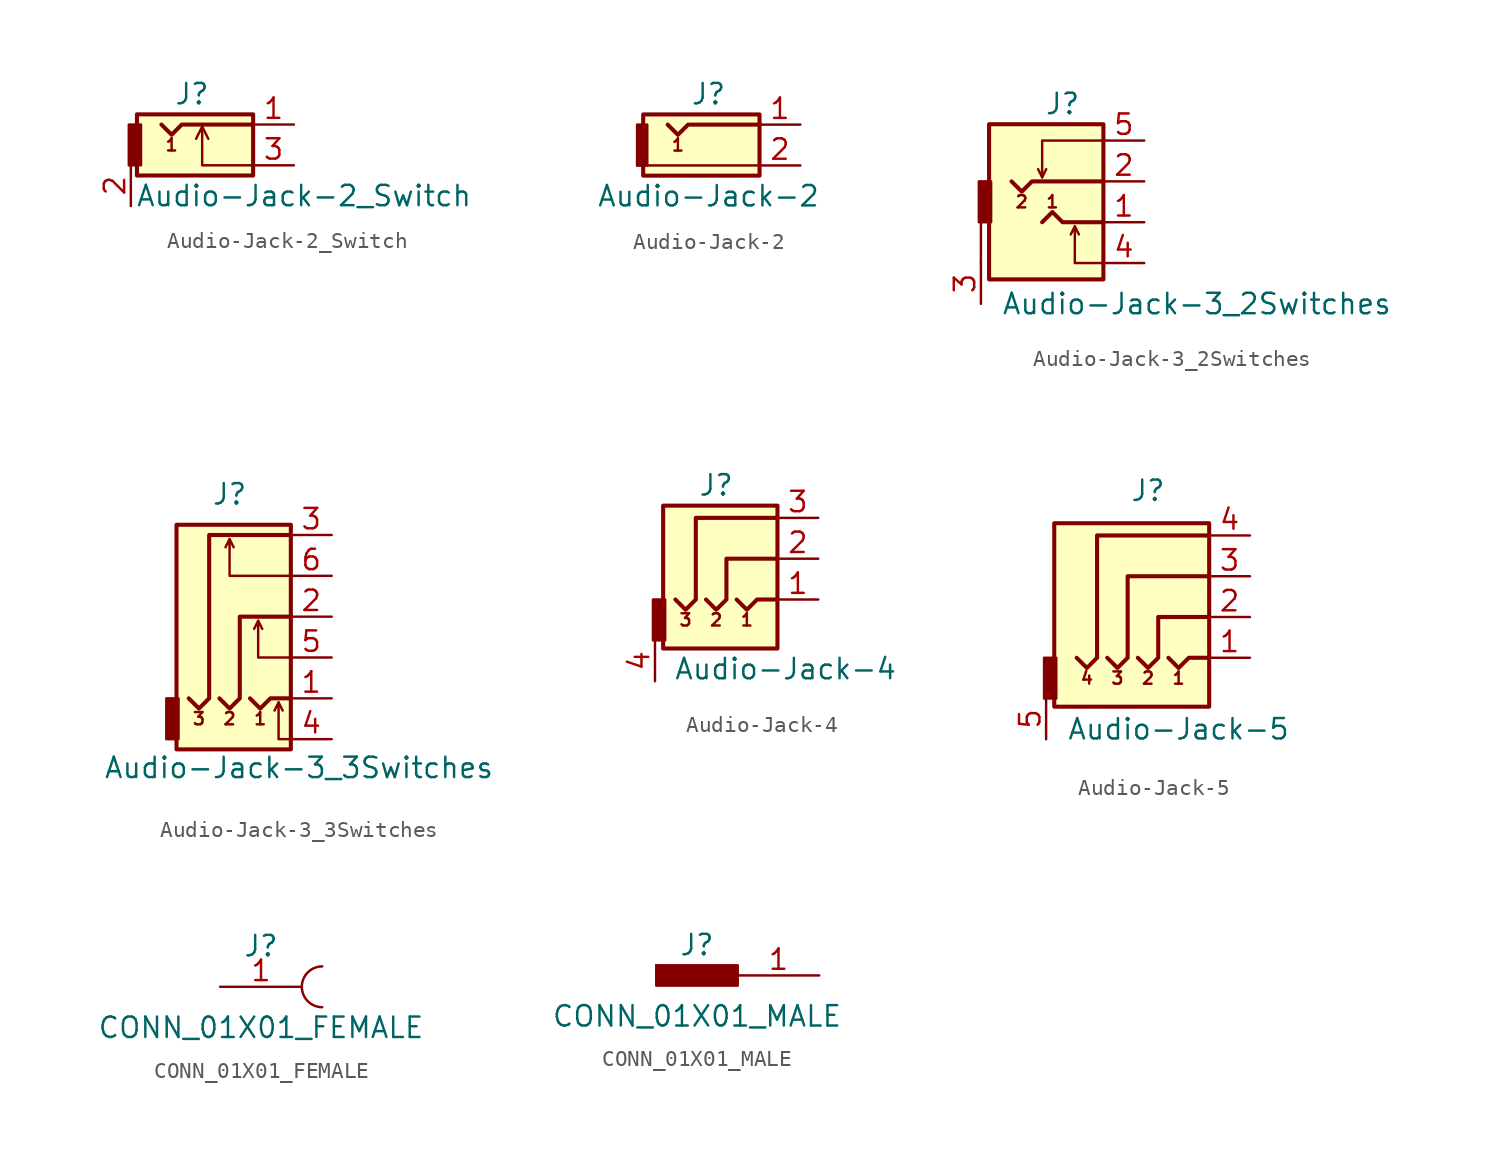
<source format=kicad_sym>
(kicad_symbol_lib
  (version 20211014)
  (generator kicad_symbol_editor)
  (symbol "Audio-Jack-2_Switch"
    (pin_names
      (offset 1.016))
    (property "Reference" "J"
      (at -1.27 4.445 0)
      (effects (font (size 1.27 1.27))))
    (property "Value" "Audio-Jack-2_Switch"
      (at 5.715 -1.905 0)
      (effects (font (size 1.27 1.27))))
    (symbol "Audio-Jack-2_Switch_0_0"
      (text "1" (at -2.54 1.27 0) (effects (font (size 0.762 0.762)))))
    (symbol "Audio-Jack-2_Switch_0_1"
      (rectangle (start -4.699 3.175) (end 2.54 -0.635) (stroke (width 0.254) (type default) (color 0 0 0 0)) (fill (type background)))
      (rectangle (start -4.445 0) (end -5.207 2.54) (stroke (width 0) (type default) (color 0 0 0 0)) (fill (type outline)))
      (polyline (pts (xy -0.635 2.413) (xy -0.254 1.651)) (stroke (width 0) (type default) (color 0 0 0 0)) (fill (type none)))
      (polyline (pts (xy 2.54 0) (xy -0.635 0) (xy -0.635 2.413) (xy -1.016 1.651)) (stroke (width 0) (type default) (color 0 0 0 0)) (fill (type none)))
      (polyline (pts (xy 2.54 2.54) (xy -1.905 2.54) (xy -2.54 1.905) (xy -3.175 2.54)) (stroke (width 0.254) (type default) (color 0 0 0 0)) (fill (type none))))
    (symbol "Audio-Jack-2_Switch_1_1"
      (pin passive line (at 5.08 2.54 180) (length 2.54) (name "~" (effects (font (size 1.27 1.27)))) (number "1" (effects (font (size 1.27 1.27)))))
      (pin passive line (at -5.08 -2.54 90) (length 2.54) (name "~" (effects (font (size 1.27 1.27)))) (number "2" (effects (font (size 1.27 1.27)))))
      (pin passive line (at 5.08 0 180) (length 2.54) (name "~" (effects (font (size 1.27 1.27)))) (number "3" (effects (font (size 1.27 1.27)))))))
  (symbol "Audio-Jack-2"
    (pin_names
      (offset 1.016))
    (property "Reference" "J"
      (at -0.635 1.905 0)
      (effects (font (size 1.27 1.27))))
    (property "Value" "Audio-Jack-2"
      (at -0.635 -4.445 0)
      (effects (font (size 1.27 1.27))))
    (symbol "Audio-Jack-2_0_0"
      (text "1" (at -2.54 -1.27 0) (effects (font (size 0.762 0.762)))))
    (symbol "Audio-Jack-2_0_1"
      (rectangle (start -4.699 0.635) (end 2.54 -3.175) (stroke (width 0.254) (type default) (color 0 0 0 0)) (fill (type background)))
      (rectangle (start -4.445 -2.54) (end -5.08 0) (stroke (width 0) (type default) (color 0 0 0 0)) (fill (type outline)))
      (polyline (pts (xy 2.54 -2.54) (xy -5.08 -2.54)) (stroke (width 0) (type default) (color 0 0 0 0)) (fill (type none)))
      (polyline (pts (xy 2.54 0) (xy -1.905 0) (xy -2.54 -0.635) (xy -3.175 0)) (stroke (width 0.254) (type default) (color 0 0 0 0)) (fill (type none))))
    (symbol "Audio-Jack-2_1_1"
      (pin passive line (at 5.08 0 180) (length 2.54) (name "~" (effects (font (size 1.27 1.27)))) (number "1" (effects (font (size 1.27 1.27)))))
      (pin passive line (at 5.08 -2.54 180) (length 2.54) (name "~" (effects (font (size 1.27 1.27)))) (number "2" (effects (font (size 1.27 1.27)))))))
  (symbol "Audio-Jack-3_2Switches"
    (pin_names
      (offset 1.016))
    (property "Reference" "J"
      (at 0 7.366 0)
      (effects (font (size 1.27 1.27))))
    (property "Value" "Audio-Jack-3_2Switches"
      (at -3.81 -5.08 0)
      (effects (font (size 1.27 1.27)) (justify left)))
    (symbol "Audio-Jack-3_2Switches_0_0"
      (rectangle (start -4.572 6.096) (end 2.54 -3.556) (stroke (width 0.254) (type default) (color 0 0 0 0)) (fill (type background)))
      (polyline (pts (xy -5.08 -2.54) (xy -5.08 0)) (stroke (width 0) (type default) (color 0 0 0 0)) (fill (type none)))
      (polyline (pts (xy -1.27 2.794) (xy -1.016 3.302)) (stroke (width 0) (type default) (color 0 0 0 0)) (fill (type none)))
      (polyline (pts (xy 1.016 -0.762) (xy 0.762 -0.254)) (stroke (width 0) (type default) (color 0 0 0 0)) (fill (type none)))
      (polyline (pts (xy 2.54 -2.54) (xy 0.762 -2.54) (xy 0.762 -0.254) (xy 0.508 -0.762)) (stroke (width 0) (type default) (color 0 0 0 0)) (fill (type none)))
      (polyline (pts (xy 2.54 5.08) (xy -1.27 5.08) (xy -1.27 2.794) (xy -1.524 3.302)) (stroke (width 0) (type default) (color 0 0 0 0)) (fill (type none)))
      (text "1" (at -0.635 1.27 0) (effects (font (size 0.762 0.762))))
      (text "2" (at -2.54 1.27 0) (effects (font (size 0.762 0.762)))))
    (symbol "Audio-Jack-3_2Switches_0_1"
      (rectangle (start -4.445 0) (end -5.207 2.54) (stroke (width 0) (type default) (color 0 0 0 0)) (fill (type outline)))
      (polyline (pts (xy -1.27 0) (xy -0.635 0.635) (xy 0 0) (xy 2.54 0)) (stroke (width 0.254) (type default) (color 0 0 0 0)) (fill (type none)))
      (polyline (pts (xy 2.54 2.54) (xy -1.905 2.54) (xy -2.54 1.905) (xy -3.175 2.54)) (stroke (width 0.254) (type default) (color 0 0 0 0)) (fill (type none))))
    (symbol "Audio-Jack-3_2Switches_1_1"
      (pin passive line (at 5.08 0 180) (length 2.54) (name "~" (effects (font (size 1.27 1.27)))) (number "1" (effects (font (size 1.27 1.27)))))
      (pin passive line (at 5.08 2.54 180) (length 2.54) (name "~" (effects (font (size 1.27 1.27)))) (number "2" (effects (font (size 1.27 1.27)))))
      (pin passive line (at -5.08 -5.08 90) (length 2.54) (name "~" (effects (font (size 1.27 1.27)))) (number "3" (effects (font (size 1.27 1.27)))))
      (pin passive line (at 5.08 -2.54 180) (length 2.54) (name "~" (effects (font (size 1.27 1.27)))) (number "4" (effects (font (size 1.27 1.27)))))
      (pin passive line (at 5.08 5.08 180) (length 2.54) (name "~" (effects (font (size 1.27 1.27)))) (number "5" (effects (font (size 1.27 1.27)))))))
  (symbol "Audio-Jack-3_3Switches"
    (pin_names
      (offset 1.016))
    (property "Reference" "J"
      (at -1.27 7.62 0)
      (effects (font (size 1.27 1.27))))
    (property "Value" "Audio-Jack-3_3Switches"
      (at 3.048 -9.398 0)
      (effects (font (size 1.27 1.27))))
    (symbol "Audio-Jack-3_3Switches_0_0"
      (text "1" (at 0.635 -6.35 0) (effects (font (size 0.762 0.762))))
      (text "2" (at -1.27 -6.35 0) (effects (font (size 0.762 0.762))))
      (text "3" (at -3.175 -6.35 0) (effects (font (size 0.762 0.762)))))
    (symbol "Audio-Jack-3_3Switches_0_1"
      (rectangle (start -4.445 -7.62) (end -5.207 -5.08) (stroke (width 0) (type default) (color 0 0 0 0)) (fill (type outline)))
      (polyline (pts (xy -1.27 4.826) (xy -1.016 4.318)) (stroke (width 0) (type default) (color 0 0 0 0)) (fill (type none)))
      (polyline (pts (xy 0.508 -0.254) (xy 0.762 -0.762)) (stroke (width 0) (type default) (color 0 0 0 0)) (fill (type none)))
      (polyline (pts (xy 1.778 -5.334) (xy 2.032 -5.842)) (stroke (width 0) (type default) (color 0 0 0 0)) (fill (type none)))
      (polyline (pts (xy 0 -5.08) (xy 0.635 -5.715) (xy 1.27 -5.08) (xy 2.54 -5.08)) (stroke (width 0.254) (type default) (color 0 0 0 0)) (fill (type none)))
      (polyline (pts (xy 2.54 -7.62) (xy 1.778 -7.62) (xy 1.778 -5.334) (xy 1.524 -5.842)) (stroke (width 0) (type default) (color 0 0 0 0)) (fill (type none)))
      (polyline (pts (xy 2.54 -2.54) (xy 0.508 -2.54) (xy 0.508 -0.254) (xy 0.254 -0.762)) (stroke (width 0) (type default) (color 0 0 0 0)) (fill (type none)))
      (polyline (pts (xy 2.54 2.54) (xy -1.27 2.54) (xy -1.27 4.826) (xy -1.524 4.318)) (stroke (width 0) (type default) (color 0 0 0 0)) (fill (type none)))
      (polyline (pts (xy -1.905 -5.08) (xy -1.27 -5.715) (xy -0.635 -5.08) (xy -0.635 0) (xy 2.54 0)) (stroke (width 0.254) (type default) (color 0 0 0 0)) (fill (type none)))
      (polyline (pts (xy 2.54 5.08) (xy -2.54 5.08) (xy -2.54 -5.08) (xy -3.175 -5.715) (xy -3.81 -5.08)) (stroke (width 0.254) (type default) (color 0 0 0 0)) (fill (type none)))
      (rectangle (start 2.54 -8.255) (end -4.572 5.715) (stroke (width 0.254) (type default) (color 0 0 0 0)) (fill (type background))))
    (symbol "Audio-Jack-3_3Switches_1_1"
      (pin passive line (at 5.08 -5.08 180) (length 2.54) (name "~" (effects (font (size 1.27 1.27)))) (number "1" (effects (font (size 1.27 1.27)))))
      (pin passive line (at 5.08 0 180) (length 2.54) (name "~" (effects (font (size 1.27 1.27)))) (number "2" (effects (font (size 1.27 1.27)))))
      (pin passive line (at 5.08 5.08 180) (length 2.54) (name "~" (effects (font (size 1.27 1.27)))) (number "3" (effects (font (size 1.27 1.27)))))
      (pin passive line (at 5.08 -7.62 180) (length 2.54) (name "~" (effects (font (size 1.27 1.27)))) (number "4" (effects (font (size 1.27 1.27)))))
      (pin passive line (at 5.08 -2.54 180) (length 2.54) (name "~" (effects (font (size 1.27 1.27)))) (number "5" (effects (font (size 1.27 1.27)))))
      (pin passive line (at 5.08 2.54 180) (length 2.54) (name "~" (effects (font (size 1.27 1.27)))) (number "6" (effects (font (size 1.27 1.27)))))))
  (symbol "Audio-Jack-4"
    (pin_names
      (offset 1.016))
    (property "Reference" "J"
      (at -1.27 2.032 0)
      (effects (font (size 1.27 1.27))))
    (property "Value" "Audio-Jack-4"
      (at 3.048 -9.398 0)
      (effects (font (size 1.27 1.27))))
    (symbol "Audio-Jack-4_0_0"
      (rectangle (start -4.572 -8.128) (end 2.54 0.762) (stroke (width 0.254) (type default) (color 0 0 0 0)) (fill (type background)))
      (text "1" (at 0.635 -6.35 0) (effects (font (size 0.762 0.762))))
      (text "2" (at -1.27 -6.35 0) (effects (font (size 0.762 0.762))))
      (text "3" (at -3.175 -6.35 0) (effects (font (size 0.762 0.762)))))
    (symbol "Audio-Jack-4_0_1"
      (rectangle (start -4.445 -7.62) (end -5.207 -5.08) (stroke (width 0) (type default) (color 0 0 0 0)) (fill (type outline)))
      (polyline (pts (xy 0 -5.08) (xy 0.635 -5.715) (xy 1.27 -5.08) (xy 2.54 -5.08)) (stroke (width 0.254) (type default) (color 0 0 0 0)) (fill (type none)))
      (polyline (pts (xy -1.905 -5.08) (xy -1.27 -5.715) (xy -0.635 -5.08) (xy -0.635 -2.54) (xy 2.54 -2.54)) (stroke (width 0.254) (type default) (color 0 0 0 0)) (fill (type none)))
      (polyline (pts (xy 2.54 0) (xy -2.54 0) (xy -2.54 -5.08) (xy -3.175 -5.715) (xy -3.81 -5.08)) (stroke (width 0.254) (type default) (color 0 0 0 0)) (fill (type none))))
    (symbol "Audio-Jack-4_1_1"
      (pin passive line (at 5.08 -5.08 180) (length 2.54) (name "~" (effects (font (size 1.27 1.27)))) (number "1" (effects (font (size 1.27 1.27)))))
      (pin passive line (at 5.08 -2.54 180) (length 2.54) (name "~" (effects (font (size 1.27 1.27)))) (number "2" (effects (font (size 1.27 1.27)))))
      (pin passive line (at 5.08 0 180) (length 2.54) (name "~" (effects (font (size 1.27 1.27)))) (number "3" (effects (font (size 1.27 1.27)))))
      (pin passive line (at -5.08 -10.16 90) (length 2.54) (name "~" (effects (font (size 1.27 1.27)))) (number "4" (effects (font (size 1.27 1.27)))))))
  (symbol "Audio-Jack-5"
    (pin_names
      (offset 1.016))
    (property "Reference" "J"
      (at -1.27 5.334 0)
      (effects (font (size 1.27 1.27))))
    (property "Value" "Audio-Jack-5"
      (at 0.635 -9.525 0)
      (effects (font (size 1.27 1.27))))
    (symbol "Audio-Jack-5_0_0"
      (rectangle (start -7.112 -8.128) (end 2.54 3.302) (stroke (width 0.254) (type default) (color 0 0 0 0)) (fill (type background)))
      (text "1" (at 0.635 -6.35 0) (effects (font (size 0.762 0.762))))
      (text "2" (at -1.27 -6.35 0) (effects (font (size 0.762 0.762))))
      (text "3" (at -3.175 -6.35 0) (effects (font (size 0.762 0.762))))
      (text "4" (at -5.08 -6.35 0) (effects (font (size 0.762 0.762)))))
    (symbol "Audio-Jack-5_0_1"
      (rectangle (start -6.985 -7.62) (end -7.747 -5.08) (stroke (width 0) (type default) (color 0 0 0 0)) (fill (type outline)))
      (polyline (pts (xy 0 -5.08) (xy 0.635 -5.715) (xy 1.27 -5.08) (xy 2.54 -5.08)) (stroke (width 0.254) (type default) (color 0 0 0 0)) (fill (type none)))
      (polyline (pts (xy -1.905 -5.08) (xy -1.27 -5.715) (xy -0.635 -5.08) (xy -0.635 -2.54) (xy 2.54 -2.54)) (stroke (width 0.254) (type default) (color 0 0 0 0)) (fill (type none)))
      (polyline (pts (xy 2.54 0) (xy -2.54 0) (xy -2.54 -5.08) (xy -3.175 -5.715) (xy -3.81 -5.08)) (stroke (width 0.254) (type default) (color 0 0 0 0)) (fill (type none)))
      (polyline (pts (xy 2.54 2.54) (xy -4.445 2.54) (xy -4.445 -5.08) (xy -5.08 -5.715) (xy -5.715 -5.08)) (stroke (width 0.254) (type default) (color 0 0 0 0)) (fill (type none))))
    (symbol "Audio-Jack-5_1_1"
      (pin passive line (at 5.08 -5.08 180) (length 2.54) (name "~" (effects (font (size 1.27 1.27)))) (number "1" (effects (font (size 1.27 1.27)))))
      (pin passive line (at 5.08 -2.54 180) (length 2.54) (name "~" (effects (font (size 1.27 1.27)))) (number "2" (effects (font (size 1.27 1.27)))))
      (pin passive line (at 5.08 0 180) (length 2.54) (name "~" (effects (font (size 1.27 1.27)))) (number "3" (effects (font (size 1.27 1.27)))))
      (pin passive line (at 5.08 2.54 180) (length 2.54) (name "~" (effects (font (size 1.27 1.27)))) (number "4" (effects (font (size 1.27 1.27)))))
      (pin passive line (at -7.62 -10.16 90) (length 2.54) (name "~" (effects (font (size 1.27 1.27)))) (number "5" (effects (font (size 1.27 1.27)))))))
  (symbol "CONN_01X01_FEMALE"
    (pin_names
      (offset 1.016) hide)
    (property "Reference" "J"
      (at 0 2.54 0)
      (effects (font (size 1.27 1.27))))
    (property "Value" "CONN_01X01_FEMALE"
      (at 0 -2.54 0)
      (effects (font (size 1.27 1.27))))
    (symbol "CONN_01X01_FEMALE_0_1"
      (arc (start 3.81 1.27) (mid 2.54 0) (end 3.81 -1.27) (stroke (width 0) (type default) (color 0 0 0 0)) (fill (type none))))
    (symbol "CONN_01X01_FEMALE_1_1"
      (pin passive line (at -2.54 0 0) (length 5.08) (name "1" (effects (font (size 1.27 1.27)))) (number "1" (effects (font (size 1.27 1.27)))))))
  (symbol "CONN_01X01_MALE"
    (pin_names
      (offset 1.016) hide)
    (property "Reference" "J"
      (at 0 1.905 0)
      (effects (font (size 1.27 1.27))))
    (property "Value" "CONN_01X01_MALE"
      (at 0 -2.54 0)
      (effects (font (size 1.27 1.27))))
    (symbol "CONN_01X01_MALE_0_1"
      (rectangle (start -2.54 0.635) (end -2.54 0.635) (stroke (width 0) (type default) (color 0 0 0 0)) (fill (type none)))
      (rectangle (start 2.54 0.635) (end -2.54 -0.635) (stroke (width 0) (type default) (color 0 0 0 0)) (fill (type outline))))
    (symbol "CONN_01X01_MALE_1_1"
      (pin passive line (at 7.62 0 180) (length 5.08) (name "1" (effects (font (size 1.27 1.27)))) (number "1" (effects (font (size 1.27 1.27))))))))
</source>
